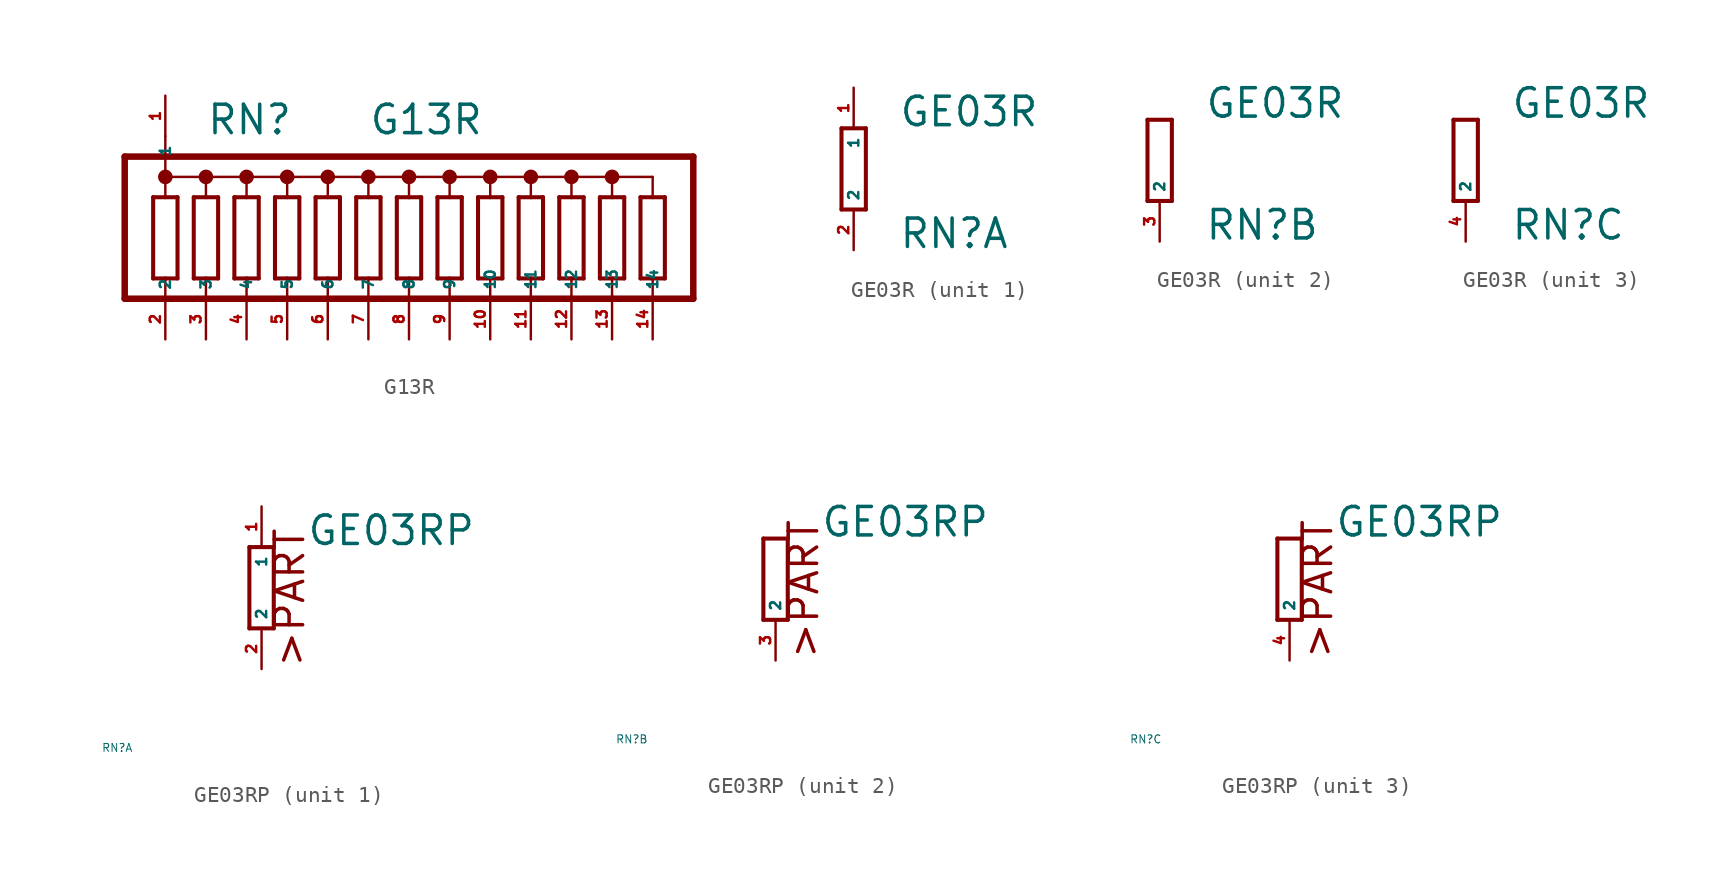
<source format=kicad_sym>
(kicad_symbol_lib
  (version 20220914)
  (generator Eagle2Kicad)
  (symbol "G13R"
    (property "Reference" "RN"
      (at -12.7 7.62 0)
      (effects (font (size 1.778 1.778) (thickness 0.22)) (justify left bottom)))
    (property "Value" "G13R"
      (at -2.54 7.62 0)
      (effects (font (size 1.778 1.778) (thickness 0.22)) (justify left bottom)))
    (polyline
      (pts (xy -14.478 -1.27) (xy -14.478 3.81))
      (stroke (width 0.254) (type default))
      (fill (type none)))
    (polyline
      (pts (xy -16.002 3.81) (xy -16.002 -1.27))
      (stroke (width 0.254) (type default))
      (fill (type none)))
    (polyline
      (pts (xy -14.478 3.81) (xy -15.24 3.81))
      (stroke (width 0.254) (type default))
      (fill (type none)))
    (polyline
      (pts (xy -16.002 -1.27) (xy -15.24 -1.27))
      (stroke (width 0.254) (type default))
      (fill (type none)))
    (polyline
      (pts (xy -15.24 -1.27) (xy -15.24 -2.54))
      (stroke (width 0.152) (type default))
      (fill (type none)))
    (polyline
      (pts (xy -15.24 -1.27) (xy -14.478 -1.27))
      (stroke (width 0.254) (type default))
      (fill (type none)))
    (polyline
      (pts (xy -15.24 5.08) (xy -15.24 3.81))
      (stroke (width 0.152) (type default))
      (fill (type none)))
    (polyline
      (pts (xy -15.24 3.81) (xy -16.002 3.81))
      (stroke (width 0.254) (type default))
      (fill (type none)))
    (polyline
      (pts (xy -15.24 5.08) (xy -12.7 5.08))
      (stroke (width 0.152) (type default))
      (fill (type none)))
    (polyline
      (pts (xy -12.7 5.08) (xy -12.7 3.81))
      (stroke (width 0.152) (type default))
      (fill (type none)))
    (polyline
      (pts (xy -12.7 5.08) (xy -10.16 5.08))
      (stroke (width 0.152) (type default))
      (fill (type none)))
    (polyline
      (pts (xy -10.16 5.08) (xy -10.16 3.81))
      (stroke (width 0.152) (type default))
      (fill (type none)))
    (polyline
      (pts (xy -10.16 5.08) (xy -7.62 5.08))
      (stroke (width 0.152) (type default))
      (fill (type none)))
    (polyline
      (pts (xy -7.62 5.08) (xy -7.62 3.81))
      (stroke (width 0.152) (type default))
      (fill (type none)))
    (polyline
      (pts (xy -7.62 5.08) (xy -5.08 5.08))
      (stroke (width 0.152) (type default))
      (fill (type none)))
    (polyline
      (pts (xy -5.08 5.08) (xy -5.08 3.81))
      (stroke (width 0.152) (type default))
      (fill (type none)))
    (polyline
      (pts (xy -5.08 -2.54) (xy -5.08 -1.27))
      (stroke (width 0.152) (type default))
      (fill (type none)))
    (polyline
      (pts (xy -7.62 -2.54) (xy -7.62 -1.27))
      (stroke (width 0.152) (type default))
      (fill (type none)))
    (polyline
      (pts (xy -10.16 -2.54) (xy -10.16 -1.27))
      (stroke (width 0.152) (type default))
      (fill (type none)))
    (polyline
      (pts (xy -12.7 -2.54) (xy -12.7 -1.27))
      (stroke (width 0.152) (type default))
      (fill (type none)))
    (polyline
      (pts (xy -12.7 -1.27) (xy -11.938 -1.27))
      (stroke (width 0.254) (type default))
      (fill (type none)))
    (polyline
      (pts (xy -13.462 -1.27) (xy -12.7 -1.27))
      (stroke (width 0.254) (type default))
      (fill (type none)))
    (polyline
      (pts (xy -11.938 3.81) (xy -12.7 3.81))
      (stroke (width 0.254) (type default))
      (fill (type none)))
    (polyline
      (pts (xy -12.7 3.81) (xy -13.462 3.81))
      (stroke (width 0.254) (type default))
      (fill (type none)))
    (polyline
      (pts (xy -11.938 -1.27) (xy -11.938 3.81))
      (stroke (width 0.254) (type default))
      (fill (type none)))
    (polyline
      (pts (xy -13.462 3.81) (xy -13.462 -1.27))
      (stroke (width 0.254) (type default))
      (fill (type none)))
    (polyline
      (pts (xy -9.398 -1.27) (xy -9.398 3.81))
      (stroke (width 0.254) (type default))
      (fill (type none)))
    (polyline
      (pts (xy -6.858 -1.27) (xy -6.858 3.81))
      (stroke (width 0.254) (type default))
      (fill (type none)))
    (polyline
      (pts (xy -4.318 -1.27) (xy -4.318 3.81))
      (stroke (width 0.254) (type default))
      (fill (type none)))
    (polyline
      (pts (xy -10.922 3.81) (xy -10.922 -1.27))
      (stroke (width 0.254) (type default))
      (fill (type none)))
    (polyline
      (pts (xy -8.382 3.81) (xy -8.382 -1.27))
      (stroke (width 0.254) (type default))
      (fill (type none)))
    (polyline
      (pts (xy -5.842 3.81) (xy -5.842 -1.27))
      (stroke (width 0.254) (type default))
      (fill (type none)))
    (polyline
      (pts (xy -9.398 3.81) (xy -10.16 3.81))
      (stroke (width 0.254) (type default))
      (fill (type none)))
    (polyline
      (pts (xy -6.858 3.81) (xy -7.62 3.81))
      (stroke (width 0.254) (type default))
      (fill (type none)))
    (polyline
      (pts (xy -4.318 3.81) (xy -5.08 3.81))
      (stroke (width 0.254) (type default))
      (fill (type none)))
    (polyline
      (pts (xy -10.16 3.81) (xy -10.922 3.81))
      (stroke (width 0.254) (type default))
      (fill (type none)))
    (polyline
      (pts (xy -7.62 3.81) (xy -8.382 3.81))
      (stroke (width 0.254) (type default))
      (fill (type none)))
    (polyline
      (pts (xy -5.08 3.81) (xy -5.842 3.81))
      (stroke (width 0.254) (type default))
      (fill (type none)))
    (polyline
      (pts (xy -10.16 -1.27) (xy -9.398 -1.27))
      (stroke (width 0.254) (type default))
      (fill (type none)))
    (polyline
      (pts (xy -7.62 -1.27) (xy -6.858 -1.27))
      (stroke (width 0.254) (type default))
      (fill (type none)))
    (polyline
      (pts (xy -5.08 -1.27) (xy -4.318 -1.27))
      (stroke (width 0.254) (type default))
      (fill (type none)))
    (polyline
      (pts (xy -10.922 -1.27) (xy -10.16 -1.27))
      (stroke (width 0.254) (type default))
      (fill (type none)))
    (polyline
      (pts (xy -8.382 -1.27) (xy -7.62 -1.27))
      (stroke (width 0.254) (type default))
      (fill (type none)))
    (polyline
      (pts (xy -5.842 -1.27) (xy -5.08 -1.27))
      (stroke (width 0.254) (type default))
      (fill (type none)))
    (polyline
      (pts (xy -17.78 -2.54) (xy -17.78 6.35))
      (stroke (width 0.406) (type default))
      (fill (type none)))
    (polyline
      (pts (xy -1.778 -1.27) (xy -1.778 3.81))
      (stroke (width 0.254) (type default))
      (fill (type none)))
    (polyline
      (pts (xy -3.302 3.81) (xy -3.302 -1.27))
      (stroke (width 0.254) (type default))
      (fill (type none)))
    (polyline
      (pts (xy -1.778 3.81) (xy -2.54 3.81))
      (stroke (width 0.254) (type default))
      (fill (type none)))
    (polyline
      (pts (xy -3.302 -1.27) (xy -2.54 -1.27))
      (stroke (width 0.254) (type default))
      (fill (type none)))
    (polyline
      (pts (xy -2.54 -1.27) (xy -2.54 -2.54))
      (stroke (width 0.152) (type default))
      (fill (type none)))
    (polyline
      (pts (xy -2.54 -1.27) (xy -1.778 -1.27))
      (stroke (width 0.254) (type default))
      (fill (type none)))
    (polyline
      (pts (xy -2.54 5.08) (xy -2.54 3.81))
      (stroke (width 0.152) (type default))
      (fill (type none)))
    (polyline
      (pts (xy -2.54 3.81) (xy -3.302 3.81))
      (stroke (width 0.254) (type default))
      (fill (type none)))
    (polyline
      (pts (xy -2.54 5.08) (xy 0 5.08))
      (stroke (width 0.152) (type default))
      (fill (type none)))
    (polyline
      (pts (xy 0 5.08) (xy 0 3.81))
      (stroke (width 0.152) (type default))
      (fill (type none)))
    (polyline
      (pts (xy 0 5.08) (xy 2.54 5.08))
      (stroke (width 0.152) (type default))
      (fill (type none)))
    (polyline
      (pts (xy 2.54 5.08) (xy 2.54 3.81))
      (stroke (width 0.152) (type default))
      (fill (type none)))
    (polyline
      (pts (xy 2.54 5.08) (xy 5.08 5.08))
      (stroke (width 0.152) (type default))
      (fill (type none)))
    (polyline
      (pts (xy 5.08 5.08) (xy 5.08 3.81))
      (stroke (width 0.152) (type default))
      (fill (type none)))
    (polyline
      (pts (xy 5.08 -2.54) (xy 5.08 -1.27))
      (stroke (width 0.152) (type default))
      (fill (type none)))
    (polyline
      (pts (xy 2.54 -2.54) (xy 2.54 -1.27))
      (stroke (width 0.152) (type default))
      (fill (type none)))
    (polyline
      (pts (xy 0 -2.54) (xy 0 -1.27))
      (stroke (width 0.152) (type default))
      (fill (type none)))
    (polyline
      (pts (xy 0 -1.27) (xy 0.762 -1.27))
      (stroke (width 0.254) (type default))
      (fill (type none)))
    (polyline
      (pts (xy -0.762 -1.27) (xy 0 -1.27))
      (stroke (width 0.254) (type default))
      (fill (type none)))
    (polyline
      (pts (xy 0.762 3.81) (xy 0 3.81))
      (stroke (width 0.254) (type default))
      (fill (type none)))
    (polyline
      (pts (xy 0 3.81) (xy -0.762 3.81))
      (stroke (width 0.254) (type default))
      (fill (type none)))
    (polyline
      (pts (xy 0.762 -1.27) (xy 0.762 3.81))
      (stroke (width 0.254) (type default))
      (fill (type none)))
    (polyline
      (pts (xy -0.762 3.81) (xy -0.762 -1.27))
      (stroke (width 0.254) (type default))
      (fill (type none)))
    (polyline
      (pts (xy 3.302 -1.27) (xy 3.302 3.81))
      (stroke (width 0.254) (type default))
      (fill (type none)))
    (polyline
      (pts (xy 5.842 -1.27) (xy 5.842 3.81))
      (stroke (width 0.254) (type default))
      (fill (type none)))
    (polyline
      (pts (xy 1.778 3.81) (xy 1.778 -1.27))
      (stroke (width 0.254) (type default))
      (fill (type none)))
    (polyline
      (pts (xy 4.318 3.81) (xy 4.318 -1.27))
      (stroke (width 0.254) (type default))
      (fill (type none)))
    (polyline
      (pts (xy 3.302 3.81) (xy 2.54 3.81))
      (stroke (width 0.254) (type default))
      (fill (type none)))
    (polyline
      (pts (xy 5.842 3.81) (xy 5.08 3.81))
      (stroke (width 0.254) (type default))
      (fill (type none)))
    (polyline
      (pts (xy 2.54 3.81) (xy 1.778 3.81))
      (stroke (width 0.254) (type default))
      (fill (type none)))
    (polyline
      (pts (xy 5.08 3.81) (xy 4.318 3.81))
      (stroke (width 0.254) (type default))
      (fill (type none)))
    (polyline
      (pts (xy 2.54 -1.27) (xy 3.302 -1.27))
      (stroke (width 0.254) (type default))
      (fill (type none)))
    (polyline
      (pts (xy 5.08 -1.27) (xy 5.842 -1.27))
      (stroke (width 0.254) (type default))
      (fill (type none)))
    (polyline
      (pts (xy 1.778 -1.27) (xy 2.54 -1.27))
      (stroke (width 0.254) (type default))
      (fill (type none)))
    (polyline
      (pts (xy 4.318 -1.27) (xy 5.08 -1.27))
      (stroke (width 0.254) (type default))
      (fill (type none)))
    (polyline
      (pts (xy -17.78 6.35) (xy 17.78 6.35))
      (stroke (width 0.406) (type default))
      (fill (type none)))
    (polyline
      (pts (xy 17.78 6.35) (xy 17.78 -2.54))
      (stroke (width 0.406) (type default))
      (fill (type none)))
    (polyline
      (pts (xy -17.78 -2.54) (xy 7.62 -2.54))
      (stroke (width 0.406) (type default))
      (fill (type none)))
    (polyline
      (pts (xy -5.08 5.08) (xy -2.54 5.08))
      (stroke (width 0.152) (type default))
      (fill (type none)))
    (polyline
      (pts (xy -15.24 7.62) (xy -15.24 5.08))
      (stroke (width 0.152) (type default))
      (fill (type none)))
    (polyline
      (pts (xy 7.62 -2.54) (xy 7.62 -1.27))
      (stroke (width 0.152) (type default))
      (fill (type none)))
    (polyline
      (pts (xy 7.62 -2.54) (xy 10.16 -2.54))
      (stroke (width 0.406) (type default))
      (fill (type none)))
    (polyline
      (pts (xy 10.16 -2.54) (xy 10.16 -1.27))
      (stroke (width 0.152) (type default))
      (fill (type none)))
    (polyline
      (pts (xy 10.16 -2.54) (xy 12.7 -2.54))
      (stroke (width 0.406) (type default))
      (fill (type none)))
    (polyline
      (pts (xy 12.7 -2.54) (xy 12.7 -1.27))
      (stroke (width 0.152) (type default))
      (fill (type none)))
    (polyline
      (pts (xy 12.7 -2.54) (xy 15.24 -2.54))
      (stroke (width 0.406) (type default))
      (fill (type none)))
    (polyline
      (pts (xy 15.24 -2.54) (xy 15.24 -1.27))
      (stroke (width 0.152) (type default))
      (fill (type none)))
    (polyline
      (pts (xy 15.24 -2.54) (xy 17.78 -2.54))
      (stroke (width 0.406) (type default))
      (fill (type none)))
    (polyline
      (pts (xy 7.62 -1.27) (xy 8.382 -1.27))
      (stroke (width 0.254) (type default))
      (fill (type none)))
    (polyline
      (pts (xy 10.16 -1.27) (xy 10.922 -1.27))
      (stroke (width 0.254) (type default))
      (fill (type none)))
    (polyline
      (pts (xy 12.7 -1.27) (xy 13.462 -1.27))
      (stroke (width 0.254) (type default))
      (fill (type none)))
    (polyline
      (pts (xy 15.24 -1.27) (xy 16.002 -1.27))
      (stroke (width 0.254) (type default))
      (fill (type none)))
    (polyline
      (pts (xy 6.858 -1.27) (xy 7.62 -1.27))
      (stroke (width 0.254) (type default))
      (fill (type none)))
    (polyline
      (pts (xy 9.398 -1.27) (xy 10.16 -1.27))
      (stroke (width 0.254) (type default))
      (fill (type none)))
    (polyline
      (pts (xy 11.938 -1.27) (xy 12.7 -1.27))
      (stroke (width 0.254) (type default))
      (fill (type none)))
    (polyline
      (pts (xy 14.478 -1.27) (xy 15.24 -1.27))
      (stroke (width 0.254) (type default))
      (fill (type none)))
    (polyline
      (pts (xy 8.382 -1.27) (xy 8.382 3.81))
      (stroke (width 0.254) (type default))
      (fill (type none)))
    (polyline
      (pts (xy 10.922 -1.27) (xy 10.922 3.81))
      (stroke (width 0.254) (type default))
      (fill (type none)))
    (polyline
      (pts (xy 13.462 -1.27) (xy 13.462 3.81))
      (stroke (width 0.254) (type default))
      (fill (type none)))
    (polyline
      (pts (xy 16.002 -1.27) (xy 16.002 3.81))
      (stroke (width 0.254) (type default))
      (fill (type none)))
    (polyline
      (pts (xy 6.858 3.81) (xy 6.858 -1.27))
      (stroke (width 0.254) (type default))
      (fill (type none)))
    (polyline
      (pts (xy 9.398 3.81) (xy 9.398 -1.27))
      (stroke (width 0.254) (type default))
      (fill (type none)))
    (polyline
      (pts (xy 11.938 3.81) (xy 11.938 -1.27))
      (stroke (width 0.254) (type default))
      (fill (type none)))
    (polyline
      (pts (xy 14.478 3.81) (xy 14.478 -1.27))
      (stroke (width 0.254) (type default))
      (fill (type none)))
    (polyline
      (pts (xy 8.382 3.81) (xy 7.62 3.81))
      (stroke (width 0.254) (type default))
      (fill (type none)))
    (polyline
      (pts (xy 7.62 3.81) (xy 6.858 3.81))
      (stroke (width 0.254) (type default))
      (fill (type none)))
    (polyline
      (pts (xy 10.922 3.81) (xy 10.16 3.81))
      (stroke (width 0.254) (type default))
      (fill (type none)))
    (polyline
      (pts (xy 10.16 3.81) (xy 9.398 3.81))
      (stroke (width 0.254) (type default))
      (fill (type none)))
    (polyline
      (pts (xy 13.462 3.81) (xy 12.7 3.81))
      (stroke (width 0.254) (type default))
      (fill (type none)))
    (polyline
      (pts (xy 12.7 3.81) (xy 11.938 3.81))
      (stroke (width 0.254) (type default))
      (fill (type none)))
    (polyline
      (pts (xy 16.002 3.81) (xy 15.24 3.81))
      (stroke (width 0.254) (type default))
      (fill (type none)))
    (polyline
      (pts (xy 15.24 3.81) (xy 14.478 3.81))
      (stroke (width 0.254) (type default))
      (fill (type none)))
    (polyline
      (pts (xy 7.62 5.08) (xy 7.62 3.81))
      (stroke (width 0.152) (type default))
      (fill (type none)))
    (polyline
      (pts (xy 10.16 5.08) (xy 10.16 3.81))
      (stroke (width 0.152) (type default))
      (fill (type none)))
    (polyline
      (pts (xy 12.7 5.08) (xy 12.7 3.81))
      (stroke (width 0.152) (type default))
      (fill (type none)))
    (polyline
      (pts (xy 15.24 5.08) (xy 15.24 3.81))
      (stroke (width 0.152) (type default))
      (fill (type none)))
    (polyline
      (pts (xy 5.08 5.08) (xy 7.62 5.08))
      (stroke (width 0.152) (type default))
      (fill (type none)))
    (polyline
      (pts (xy 7.62 5.08) (xy 10.16 5.08))
      (stroke (width 0.152) (type default))
      (fill (type none)))
    (polyline
      (pts (xy 10.16 5.08) (xy 12.7 5.08))
      (stroke (width 0.152) (type default))
      (fill (type none)))
    (polyline
      (pts (xy 12.7 5.08) (xy 15.24 5.08))
      (stroke (width 0.152) (type default))
      (fill (type none)))
    (circle
      (center 2.54 5.08)
      (radius 0.254)
      (stroke (width 0.406) (type default))
      (fill (type none)))
    (circle
      (center 0 5.08)
      (radius 0.254)
      (stroke (width 0.406) (type default))
      (fill (type none)))
    (circle
      (center -2.54 5.08)
      (radius 0.254)
      (stroke (width 0.406) (type default))
      (fill (type none)))
    (circle
      (center -5.08 5.08)
      (radius 0.254)
      (stroke (width 0.406) (type default))
      (fill (type none)))
    (circle
      (center -7.62 5.08)
      (radius 0.254)
      (stroke (width 0.406) (type default))
      (fill (type none)))
    (circle
      (center -10.16 5.08)
      (radius 0.254)
      (stroke (width 0.406) (type default))
      (fill (type none)))
    (circle
      (center -12.7 5.08)
      (radius 0.254)
      (stroke (width 0.406) (type default))
      (fill (type none)))
    (circle
      (center -15.24 5.08)
      (radius 0.254)
      (stroke (width 0.406) (type default))
      (fill (type none)))
    (circle
      (center 5.08 5.08)
      (radius 0.254)
      (stroke (width 0.406) (type default))
      (fill (type none)))
    (circle
      (center 7.62 5.08)
      (radius 0.254)
      (stroke (width 0.406) (type default))
      (fill (type none)))
    (circle
      (center 10.16 5.08)
      (radius 0.254)
      (stroke (width 0.406) (type default))
      (fill (type none)))
    (circle
      (center 12.7 5.08)
      (radius 0.254)
      (stroke (width 0.406) (type default))
      (fill (type none)))
    (pin passive line
      (at -15.24 10.16 270)
      (length 2.54)
      (name "1" (effects (font (size 0.635 0.635) (thickness 0.08)) (justify left bottom)))
      (number "1" (effects (font (size 0.635 0.635) (thickness 0.08)) (justify left bottom))))
    (pin passive line
      (at -15.24 -5.08 90)
      (length 2.54)
      (name "2" (effects (font (size 0.635 0.635) (thickness 0.08)) (justify left bottom)))
      (number "2" (effects (font (size 0.635 0.635) (thickness 0.08)) (justify left bottom))))
    (pin passive line
      (at -12.7 -5.08 90)
      (length 2.54)
      (name "3" (effects (font (size 0.635 0.635) (thickness 0.08)) (justify left bottom)))
      (number "3" (effects (font (size 0.635 0.635) (thickness 0.08)) (justify left bottom))))
    (pin passive line
      (at -10.16 -5.08 90)
      (length 2.54)
      (name "4" (effects (font (size 0.635 0.635) (thickness 0.08)) (justify left bottom)))
      (number "4" (effects (font (size 0.635 0.635) (thickness 0.08)) (justify left bottom))))
    (pin passive line
      (at -7.62 -5.08 90)
      (length 2.54)
      (name "5" (effects (font (size 0.635 0.635) (thickness 0.08)) (justify left bottom)))
      (number "5" (effects (font (size 0.635 0.635) (thickness 0.08)) (justify left bottom))))
    (pin passive line
      (at -5.08 -5.08 90)
      (length 2.54)
      (name "6" (effects (font (size 0.635 0.635) (thickness 0.08)) (justify left bottom)))
      (number "6" (effects (font (size 0.635 0.635) (thickness 0.08)) (justify left bottom))))
    (pin passive line
      (at -2.54 -5.08 90)
      (length 2.54)
      (name "7" (effects (font (size 0.635 0.635) (thickness 0.08)) (justify left bottom)))
      (number "7" (effects (font (size 0.635 0.635) (thickness 0.08)) (justify left bottom))))
    (pin passive line
      (at 0 -5.08 90)
      (length 2.54)
      (name "8" (effects (font (size 0.635 0.635) (thickness 0.08)) (justify left bottom)))
      (number "8" (effects (font (size 0.635 0.635) (thickness 0.08)) (justify left bottom))))
    (pin passive line
      (at 2.54 -5.08 90)
      (length 2.54)
      (name "9" (effects (font (size 0.635 0.635) (thickness 0.08)) (justify left bottom)))
      (number "9" (effects (font (size 0.635 0.635) (thickness 0.08)) (justify left bottom))))
    (pin passive line
      (at 5.08 -5.08 90)
      (length 2.54)
      (name "10" (effects (font (size 0.635 0.635) (thickness 0.08)) (justify left bottom)))
      (number "10" (effects (font (size 0.635 0.635) (thickness 0.08)) (justify left bottom))))
    (pin passive line
      (at 7.62 -5.08 90)
      (length 2.54)
      (name "11" (effects (font (size 0.635 0.635) (thickness 0.08)) (justify left bottom)))
      (number "11" (effects (font (size 0.635 0.635) (thickness 0.08)) (justify left bottom))))
    (pin passive line
      (at 10.16 -5.08 90)
      (length 2.54)
      (name "12" (effects (font (size 0.635 0.635) (thickness 0.08)) (justify left bottom)))
      (number "12" (effects (font (size 0.635 0.635) (thickness 0.08)) (justify left bottom))))
    (pin passive line
      (at 12.7 -5.08 90)
      (length 2.54)
      (name "13" (effects (font (size 0.635 0.635) (thickness 0.08)) (justify left bottom)))
      (number "13" (effects (font (size 0.635 0.635) (thickness 0.08)) (justify left bottom))))
    (pin passive line
      (at 15.24 -5.08 90)
      (length 2.54)
      (name "14" (effects (font (size 0.635 0.635) (thickness 0.08)) (justify left bottom)))
      (number "14" (effects (font (size 0.635 0.635) (thickness 0.08)) (justify left bottom)))))
  (symbol "GE03R"
    (property "Reference" "RN"
      (at 2.794 -5.08 0)
      (effects (font (size 1.778 1.778) (thickness 0.22)) (justify left bottom)))
    (property "Value" "GE03R"
      (at 2.794 2.54 0)
      (effects (font (size 1.778 1.778) (thickness 0.22)) (justify left bottom)))
    (symbol "GE03R_1_0"
      (polyline (pts (xy 0.762 -2.54) (xy 0.762 2.54)) (stroke (width 0.254) (type default)) (fill (type none)))
      (polyline (pts (xy -0.762 2.54) (xy -0.762 -2.54)) (stroke (width 0.254) (type default)) (fill (type none)))
      (polyline (pts (xy 0.762 2.54) (xy -0.762 2.54)) (stroke (width 0.254) (type default)) (fill (type none)))
      (polyline (pts (xy -0.762 -2.54) (xy 0.762 -2.54)) (stroke (width 0.254) (type default)) (fill (type none)))
      (pin passive line (at 0 5.08 270) (length 2.54) (name "1" (effects (font (size 0.635 0.635) (thickness 0.08)) (justify left bottom))) (number "1" (effects (font (size 0.635 0.635) (thickness 0.08)) (justify left bottom))))
      (pin passive line (at 0 -5.08 90) (length 2.54) (name "2" (effects (font (size 0.635 0.635) (thickness 0.08)) (justify left bottom))) (number "2" (effects (font (size 0.635 0.635) (thickness 0.08)) (justify left bottom)))))
    (symbol "GE03R_2_0"
      (polyline (pts (xy -0.762 2.54) (xy -0.762 -2.54)) (stroke (width 0.254) (type default)) (fill (type none)))
      (polyline (pts (xy 0.762 -2.54) (xy 0.762 2.54)) (stroke (width 0.254) (type default)) (fill (type none)))
      (polyline (pts (xy -0.762 -2.54) (xy 0.762 -2.54)) (stroke (width 0.254) (type default)) (fill (type none)))
      (polyline (pts (xy 0.762 2.54) (xy -0.762 2.54)) (stroke (width 0.254) (type default)) (fill (type none)))
      (pin passive line (at 0 -5.08 90) (length 2.54) (name "2" (effects (font (size 0.635 0.635) (thickness 0.08)) (justify left bottom))) (number "3" (effects (font (size 0.635 0.635) (thickness 0.08)) (justify left bottom)))))
    (symbol "GE03R_3_0"
      (polyline (pts (xy -0.762 2.54) (xy -0.762 -2.54)) (stroke (width 0.254) (type default)) (fill (type none)))
      (polyline (pts (xy 0.762 -2.54) (xy 0.762 2.54)) (stroke (width 0.254) (type default)) (fill (type none)))
      (polyline (pts (xy -0.762 -2.54) (xy 0.762 -2.54)) (stroke (width 0.254) (type default)) (fill (type none)))
      (polyline (pts (xy 0.762 2.54) (xy -0.762 2.54)) (stroke (width 0.254) (type default)) (fill (type none)))
      (pin passive line (at 0 -5.08 90) (length 2.54) (name "2" (effects (font (size 0.635 0.635) (thickness 0.08)) (justify left bottom))) (number "4" (effects (font (size 0.635 0.635) (thickness 0.08)) (justify left bottom))))))
  (symbol "GE03RP"
    (property "Reference" "RN"
      (at -10 -10 0)
      (effects (font (size 0.5 0.5) (thickness 0.06)) (justify left)))
    (property "Value" "GE03RP"
      (at 2.794 2.54 0)
      (effects (font (size 1.778 1.778) (thickness 0.22)) (justify left bottom)))
    (symbol "GE03RP_1_0"
      (polyline (pts (xy 0.762 -2.54) (xy 0.762 2.54)) (stroke (width 0.254) (type default)) (fill (type none)))
      (polyline (pts (xy -0.762 2.54) (xy -0.762 -2.54)) (stroke (width 0.254) (type default)) (fill (type none)))
      (polyline (pts (xy 0.762 2.54) (xy -0.762 2.54)) (stroke (width 0.254) (type default)) (fill (type none)))
      (polyline (pts (xy -0.762 -2.54) (xy 0.762 -2.54)) (stroke (width 0.254) (type default)) (fill (type none)))
      (text ">PART" (at 2.794 -5.08 900) (effects (font (size 1.778 1.778) (thickness 0.22)) (justify left bottom)))
      (pin passive line (at 0 5.08 270) (length 2.54) (name "1" (effects (font (size 0.635 0.635) (thickness 0.08)) (justify left bottom))) (number "1" (effects (font (size 0.635 0.635) (thickness 0.08)) (justify left bottom))))
      (pin passive line (at 0 -5.08 90) (length 2.54) (name "2" (effects (font (size 0.635 0.635) (thickness 0.08)) (justify left bottom))) (number "2" (effects (font (size 0.635 0.635) (thickness 0.08)) (justify left bottom)))))
    (symbol "GE03RP_2_0"
      (polyline (pts (xy -0.762 2.54) (xy -0.762 -2.54)) (stroke (width 0.254) (type default)) (fill (type none)))
      (polyline (pts (xy 0.762 -2.54) (xy 0.762 2.54)) (stroke (width 0.254) (type default)) (fill (type none)))
      (polyline (pts (xy -0.762 -2.54) (xy 0.762 -2.54)) (stroke (width 0.254) (type default)) (fill (type none)))
      (polyline (pts (xy 0.762 2.54) (xy -0.762 2.54)) (stroke (width 0.254) (type default)) (fill (type none)))
      (text ">PART" (at 2.794 -5.08 900) (effects (font (size 1.778 1.778) (thickness 0.22)) (justify left bottom)))
      (pin passive line (at 0 -5.08 90) (length 2.54) (name "2" (effects (font (size 0.635 0.635) (thickness 0.08)) (justify left bottom))) (number "3" (effects (font (size 0.635 0.635) (thickness 0.08)) (justify left bottom)))))
    (symbol "GE03RP_3_0"
      (polyline (pts (xy -0.762 2.54) (xy -0.762 -2.54)) (stroke (width 0.254) (type default)) (fill (type none)))
      (polyline (pts (xy 0.762 -2.54) (xy 0.762 2.54)) (stroke (width 0.254) (type default)) (fill (type none)))
      (polyline (pts (xy -0.762 -2.54) (xy 0.762 -2.54)) (stroke (width 0.254) (type default)) (fill (type none)))
      (polyline (pts (xy 0.762 2.54) (xy -0.762 2.54)) (stroke (width 0.254) (type default)) (fill (type none)))
      (text ">PART" (at 2.794 -5.08 900) (effects (font (size 1.778 1.778) (thickness 0.22)) (justify left bottom)))
      (pin passive line (at 0 -5.08 90) (length 2.54) (name "2" (effects (font (size 0.635 0.635) (thickness 0.08)) (justify left bottom))) (number "4" (effects (font (size 0.635 0.635) (thickness 0.08)) (justify left bottom)))))))
</source>
